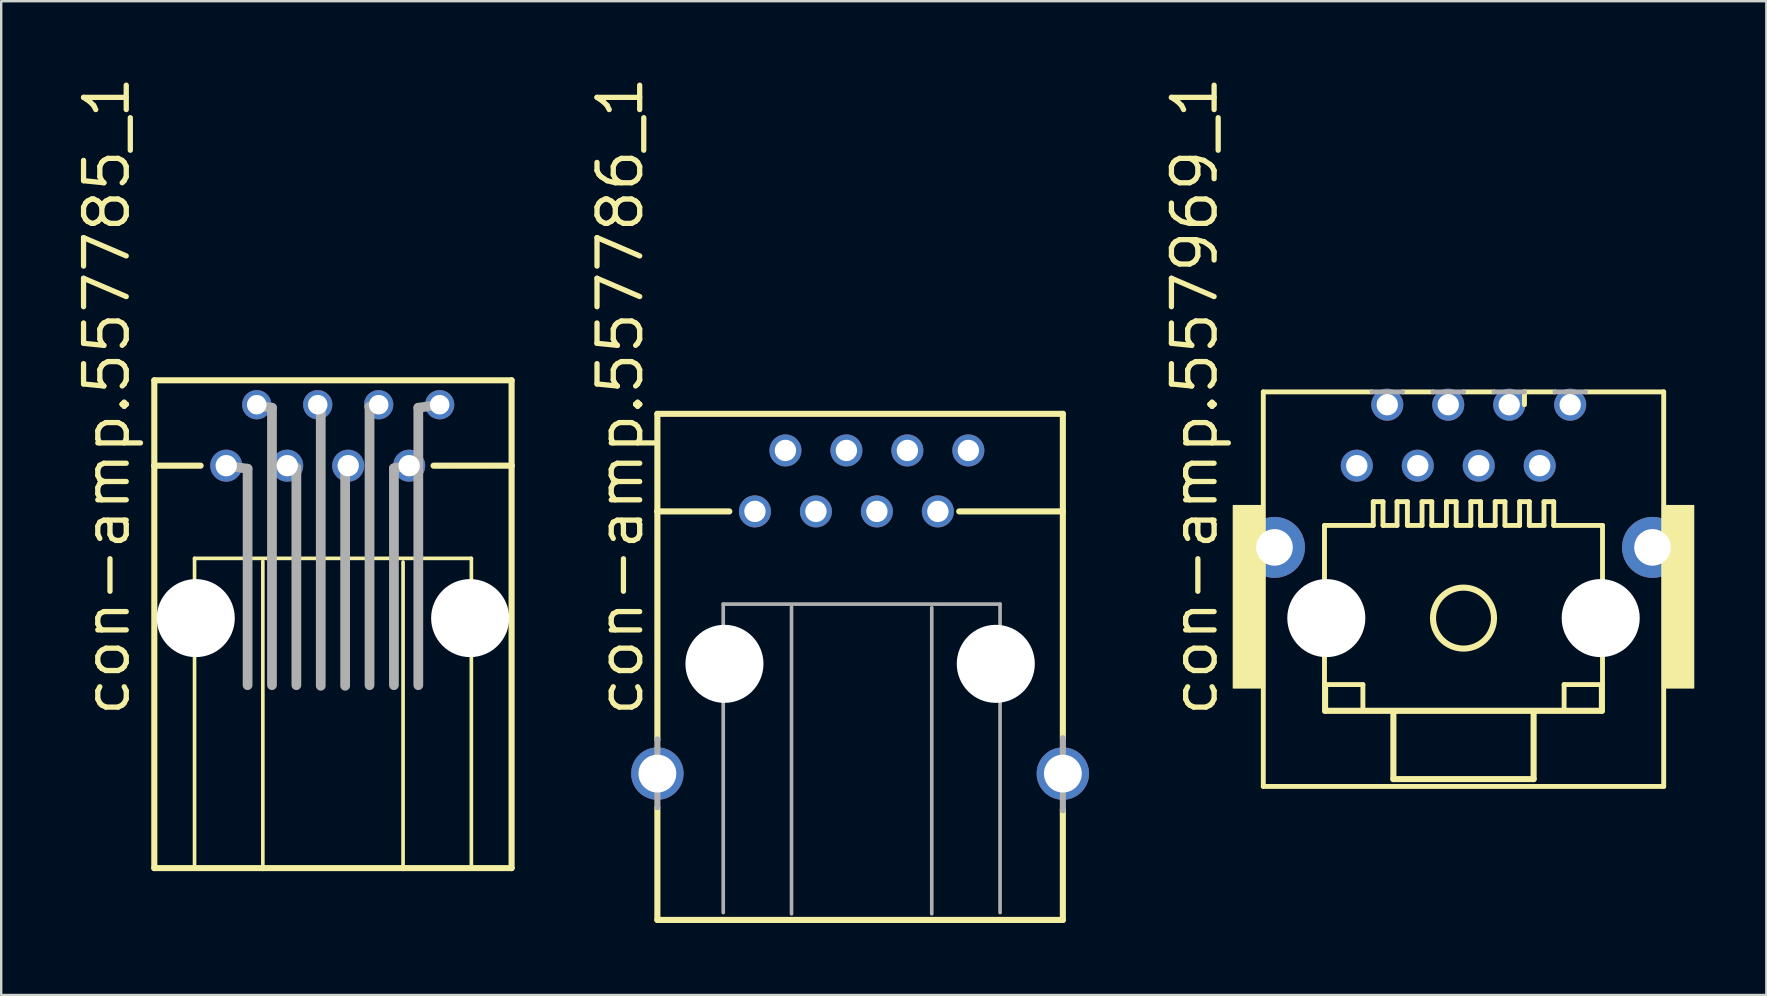
<source format=kicad_pcb>
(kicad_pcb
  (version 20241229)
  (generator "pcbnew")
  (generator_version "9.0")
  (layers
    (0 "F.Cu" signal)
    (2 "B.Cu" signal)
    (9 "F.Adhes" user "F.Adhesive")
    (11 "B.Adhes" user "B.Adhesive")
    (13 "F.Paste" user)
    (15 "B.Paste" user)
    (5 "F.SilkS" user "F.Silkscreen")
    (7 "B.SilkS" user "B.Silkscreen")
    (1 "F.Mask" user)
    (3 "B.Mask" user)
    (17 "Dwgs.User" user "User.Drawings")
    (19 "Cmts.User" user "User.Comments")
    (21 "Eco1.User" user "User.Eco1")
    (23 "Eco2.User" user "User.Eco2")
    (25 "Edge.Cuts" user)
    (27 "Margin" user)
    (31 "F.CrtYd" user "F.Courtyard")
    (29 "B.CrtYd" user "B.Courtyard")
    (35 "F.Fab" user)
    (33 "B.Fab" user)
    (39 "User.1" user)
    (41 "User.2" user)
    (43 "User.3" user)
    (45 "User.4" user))
  (footprint "con-amp.557969_1"
    (layer "F.Cu")
    (at 57.916 22.699)
    (property "Reference" "con-amp.557969_1" (at -10.16 4.191 90) (layer "F.SilkS") (effects (font (size 1.778 1.778) (thickness 0.22)) (justify left bottom)))
    (attr through_hole)
    (fp_line (start -8.34 -9.424) (end -8.34 7.011) (stroke (width 0.203) (type default)) (layer "F.SilkS"))
    (fp_line (start -8.34 7.011) (end 8.34 7.011) (stroke (width 0.203) (type default)) (layer "F.SilkS"))
    (fp_line (start -5.791 -3.861) (end -5.791 2.769) (stroke (width 0.203) (type default)) (layer "F.SilkS"))
    (fp_line (start -5.791 2.769) (end -4.191 2.769) (stroke (width 0.203) (type default)) (layer "F.SilkS"))
    (fp_line (start -5.766 3.861) (end -5.766 2.794) (stroke (width 0.254) (type default)) (layer "F.SilkS"))
    (fp_line (start -4.191 2.769) (end -4.191 3.861) (stroke (width 0.203) (type default)) (layer "F.SilkS"))
    (fp_line (start -3.81 -9.424) (end -8.34 -9.424) (stroke (width 0.203) (type default)) (layer "F.SilkS"))
    (fp_line (start -3.759 -4.851) (end -3.759 -3.861) (stroke (width 0.203) (type default)) (layer "F.SilkS"))
    (fp_line (start -3.759 -4.851) (end -3.353 -4.851) (stroke (width 0.203) (type default)) (layer "F.SilkS"))
    (fp_line (start -3.759 -3.861) (end -5.791 -3.861) (stroke (width 0.203) (type default)) (layer "F.SilkS"))
    (fp_line (start -3.353 -4.851) (end -3.353 -3.861) (stroke (width 0.203) (type default)) (layer "F.SilkS"))
    (fp_line (start -2.921 3.912) (end -2.921 6.706) (stroke (width 0.254) (type default)) (layer "F.SilkS"))
    (fp_line (start -2.921 6.706) (end 2.921 6.706) (stroke (width 0.254) (type default)) (layer "F.SilkS"))
    (fp_line (start -2.769 -4.851) (end -2.769 -3.861) (stroke (width 0.203) (type default)) (layer "F.SilkS"))
    (fp_line (start -2.769 -4.851) (end -2.337 -4.851) (stroke (width 0.203) (type default)) (layer "F.SilkS"))
    (fp_line (start -2.769 -3.861) (end -3.353 -3.861) (stroke (width 0.203) (type default)) (layer "F.SilkS"))
    (fp_line (start -2.337 -4.851) (end -2.337 -3.861) (stroke (width 0.203) (type default)) (layer "F.SilkS"))
    (fp_line (start -1.727 -4.851) (end -1.727 -3.861) (stroke (width 0.203) (type default)) (layer "F.SilkS"))
    (fp_line (start -1.727 -4.851) (end -1.321 -4.851) (stroke (width 0.203) (type default)) (layer "F.SilkS"))
    (fp_line (start -1.727 -3.861) (end -2.337 -3.861) (stroke (width 0.203) (type default)) (layer "F.SilkS"))
    (fp_line (start -1.321 -4.851) (end -1.321 -3.861) (stroke (width 0.203) (type default)) (layer "F.SilkS"))
    (fp_line (start -1.27 -9.424) (end -2.54 -9.424) (stroke (width 0.203) (type default)) (layer "F.SilkS"))
    (fp_line (start -0.711 -4.851) (end -0.711 -3.861) (stroke (width 0.203) (type default)) (layer "F.SilkS"))
    (fp_line (start -0.711 -4.851) (end -0.305 -4.851) (stroke (width 0.203) (type default)) (layer "F.SilkS"))
    (fp_line (start -0.711 -3.861) (end -1.321 -3.861) (stroke (width 0.203) (type default)) (layer "F.SilkS"))
    (fp_line (start -0.305 -4.851) (end -0.305 -3.861) (stroke (width 0.203) (type default)) (layer "F.SilkS"))
    (fp_line (start 0.305 -4.851) (end 0.305 -3.861) (stroke (width 0.203) (type default)) (layer "F.SilkS"))
    (fp_line (start 0.305 -4.851) (end 0.711 -4.851) (stroke (width 0.203) (type default)) (layer "F.SilkS"))
    (fp_line (start 0.305 -3.861) (end -0.305 -3.861) (stroke (width 0.203) (type default)) (layer "F.SilkS"))
    (fp_line (start 0.711 -4.851) (end 0.711 -3.861) (stroke (width 0.203) (type default)) (layer "F.SilkS"))
    (fp_line (start 1.27 -9.424) (end 0 -9.424) (stroke (width 0.203) (type default)) (layer "F.SilkS"))
    (fp_line (start 1.321 -4.851) (end 1.321 -3.861) (stroke (width 0.203) (type default)) (layer "F.SilkS"))
    (fp_line (start 1.321 -4.851) (end 1.727 -4.851) (stroke (width 0.203) (type default)) (layer "F.SilkS"))
    (fp_line (start 1.321 -3.861) (end 0.711 -3.861) (stroke (width 0.203) (type default)) (layer "F.SilkS"))
    (fp_line (start 1.727 -4.851) (end 1.727 -3.861) (stroke (width 0.203) (type default)) (layer "F.SilkS"))
    (fp_line (start 2.337 -4.851) (end 2.337 -3.861) (stroke (width 0.203) (type default)) (layer "F.SilkS"))
    (fp_line (start 2.337 -4.851) (end 2.743 -4.851) (stroke (width 0.203) (type default)) (layer "F.SilkS"))
    (fp_line (start 2.337 -3.861) (end 1.727 -3.861) (stroke (width 0.203) (type default)) (layer "F.SilkS"))
    (fp_line (start 2.54 -9.424) (end 2.54 -8.89) (stroke (width 0.203) (type default)) (layer "F.SilkS"))
    (fp_line (start 2.743 -4.851) (end 2.743 -3.861) (stroke (width 0.203) (type default)) (layer "F.SilkS"))
    (fp_line (start 2.921 6.706) (end 2.921 3.912) (stroke (width 0.254) (type default)) (layer "F.SilkS"))
    (fp_line (start 3.353 -4.851) (end 3.353 -3.861) (stroke (width 0.203) (type default)) (layer "F.SilkS"))
    (fp_line (start 3.353 -4.851) (end 3.759 -4.851) (stroke (width 0.203) (type default)) (layer "F.SilkS"))
    (fp_line (start 3.353 -3.861) (end 2.743 -3.861) (stroke (width 0.203) (type default)) (layer "F.SilkS"))
    (fp_line (start 3.759 -4.851) (end 3.759 -3.861) (stroke (width 0.203) (type default)) (layer "F.SilkS"))
    (fp_line (start 3.81 -9.424) (end 2.54 -9.424) (stroke (width 0.203) (type default)) (layer "F.SilkS"))
    (fp_line (start 4.191 2.769) (end 4.191 3.861) (stroke (width 0.203) (type default)) (layer "F.SilkS"))
    (fp_line (start 5.766 2.819) (end 5.766 3.861) (stroke (width 0.254) (type default)) (layer "F.SilkS"))
    (fp_line (start 5.766 3.861) (end -5.766 3.861) (stroke (width 0.254) (type default)) (layer "F.SilkS"))
    (fp_line (start 5.791 -3.861) (end 3.759 -3.861) (stroke (width 0.203) (type default)) (layer "F.SilkS"))
    (fp_line (start 5.791 -3.861) (end 5.791 2.769) (stroke (width 0.203) (type default)) (layer "F.SilkS"))
    (fp_line (start 5.791 2.769) (end 4.191 2.769) (stroke (width 0.203) (type default)) (layer "F.SilkS"))
    (fp_line (start 8.34 -9.424) (end 5.08 -9.424) (stroke (width 0.203) (type default)) (layer "F.SilkS"))
    (fp_line (start 8.34 7.011) (end 8.34 -9.424) (stroke (width 0.203) (type default)) (layer "F.SilkS"))
    (fp_rect (start -9.59 2.911) (end -8.29 -4.689) (stroke (width 0.05) (type default)) (fill yes) (layer "F.SilkS"))
    (fp_rect (start 8.29 2.911) (end 9.59 -4.689) (stroke (width 0.05) (type default)) (fill yes) (layer "F.SilkS"))
    (fp_circle (center 0 0) (end 1.27 0) (stroke (width 0.254) (type default)) (fill no) (layer "F.SilkS"))
    (fp_line (start -2.54 -9.424) (end -3.81 -9.424) (stroke (width 0.203) (type default)) (layer "F.Fab"))
    (fp_line (start 0 -9.424) (end -1.27 -9.424) (stroke (width 0.203) (type default)) (layer "F.Fab"))
    (fp_line (start 2.54 -9.424) (end 1.27 -9.424) (stroke (width 0.203) (type default)) (layer "F.Fab"))
    (fp_line (start 5.08 -9.424) (end 3.81 -9.424) (stroke (width 0.203) (type default)) (layer "F.Fab"))
    (pad "" np_thru_hole circle (at -5.715 0) (size 3.251 3.251) (drill 3.251) (layers "*.Cu" "*.Mask"))
    (pad "" np_thru_hole circle (at 5.715 0) (size 3.251 3.251) (drill 3.251) (layers "*.Cu" "*.Mask"))
    (pad "1" thru_hole circle (at -4.445 -6.35) (size 1.333 1.333) (drill 0.889) (layers "*.Cu" "*.Mask"))
    (pad "2" thru_hole circle (at -3.175 -8.89) (size 1.333 1.333) (drill 0.889) (layers "*.Cu" "*.Mask"))
    (pad "3" thru_hole circle (at -1.905 -6.35) (size 1.333 1.333) (drill 0.889) (layers "*.Cu" "*.Mask"))
    (pad "4" thru_hole circle (at -0.635 -8.89) (size 1.333 1.333) (drill 0.889) (layers "*.Cu" "*.Mask"))
    (pad "5" thru_hole circle (at 0.635 -6.35) (size 1.333 1.333) (drill 0.889) (layers "*.Cu" "*.Mask"))
    (pad "6" thru_hole circle (at 1.905 -8.89) (size 1.333 1.333) (drill 0.889) (layers "*.Cu" "*.Mask"))
    (pad "7" thru_hole circle (at 3.175 -6.35) (size 1.333 1.333) (drill 0.889) (layers "*.Cu" "*.Mask"))
    (pad "8" thru_hole circle (at 4.445 -8.89) (size 1.333 1.333) (drill 0.889) (layers "*.Cu" "*.Mask"))
    (pad "G1" thru_hole circle (at -7.874 -2.946) (size 2.54 2.54) (drill 1.524) (layers "*.Cu" "*.Mask"))
    (pad "G2" thru_hole circle (at 7.874 -2.946) (size 2.54 2.54) (drill 1.524) (layers "*.Cu" "*.Mask")))
  (footprint "con-amp.557786_1"
    (layer "F.Cu")
    (at 32.844 24.604)
    (property "Reference" "con-amp.557786_1" (at -9.017 2.286 90) (layer "F.SilkS") (effects (font (size 1.778 1.778) (thickness 0.22)) (justify left bottom)))
    (attr through_hole)
    (fp_line (start -8.509 -10.414) (end -8.509 -6.35) (stroke (width 0.254) (type default)) (layer "F.SilkS"))
    (fp_line (start -8.509 -6.35) (end -8.509 3.15) (stroke (width 0.254) (type default)) (layer "F.SilkS"))
    (fp_line (start -8.509 5.994) (end -8.509 10.668) (stroke (width 0.254) (type default)) (layer "F.SilkS"))
    (fp_line (start -8.509 10.668) (end 8.382 10.668) (stroke (width 0.254) (type default)) (layer "F.SilkS"))
    (fp_line (start -5.512 -6.35) (end -8.509 -6.35) (stroke (width 0.254) (type default)) (layer "F.SilkS"))
    (fp_line (start 4.064 -6.35) (end 8.382 -6.35) (stroke (width 0.254) (type default)) (layer "F.SilkS"))
    (fp_line (start 8.382 -10.414) (end -8.509 -10.414) (stroke (width 0.254) (type default)) (layer "F.SilkS"))
    (fp_line (start 8.382 -6.35) (end 8.382 -10.414) (stroke (width 0.254) (type default)) (layer "F.SilkS"))
    (fp_line (start 8.382 3.099) (end 8.382 -6.35) (stroke (width 0.254) (type default)) (layer "F.SilkS"))
    (fp_line (start 8.382 10.668) (end 8.382 6.071) (stroke (width 0.254) (type default)) (layer "F.SilkS"))
    (fp_line (start -8.509 3.15) (end -8.509 5.969) (stroke (width 0.254) (type default)) (layer "F.Fab"))
    (fp_line (start -5.766 -2.489) (end -5.766 10.363) (stroke (width 0.152) (type default)) (layer "F.Fab"))
    (fp_line (start -2.921 10.414) (end -2.921 -2.362) (stroke (width 0.152) (type default)) (layer "F.Fab"))
    (fp_line (start 2.921 -2.337) (end 2.921 10.414) (stroke (width 0.152) (type default)) (layer "F.Fab"))
    (fp_line (start 5.766 -2.489) (end -5.766 -2.489) (stroke (width 0.152) (type default)) (layer "F.Fab"))
    (fp_line (start 5.766 10.363) (end 5.766 -2.489) (stroke (width 0.152) (type default)) (layer "F.Fab"))
    (fp_line (start 8.382 6.096) (end 8.382 3.099) (stroke (width 0.254) (type default)) (layer "F.Fab"))
    (pad "" np_thru_hole circle (at -5.715 0) (size 3.251 3.251) (drill 3.251) (layers "*.Cu" "*.Mask"))
    (pad "" np_thru_hole circle (at 5.588 0) (size 3.251 3.251) (drill 3.251) (layers "*.Cu" "*.Mask"))
    (pad "1-1" thru_hole circle (at -4.445 -6.35) (size 1.333 1.333) (drill 0.889) (layers "*.Cu" "*.Mask"))
    (pad "1-2" thru_hole circle (at -3.175 -8.89) (size 1.333 1.333) (drill 0.889) (layers "*.Cu" "*.Mask"))
    (pad "1-3" thru_hole circle (at -1.905 -6.35) (size 1.333 1.333) (drill 0.889) (layers "*.Cu" "*.Mask"))
    (pad "1-4" thru_hole circle (at -0.635 -8.89) (size 1.333 1.333) (drill 0.889) (layers "*.Cu" "*.Mask"))
    (pad "1-5" thru_hole circle (at 0.635 -6.35) (size 1.333 1.333) (drill 0.889) (layers "*.Cu" "*.Mask"))
    (pad "1-6" thru_hole circle (at 1.905 -8.89) (size 1.333 1.333) (drill 0.889) (layers "*.Cu" "*.Mask"))
    (pad "1-7" thru_hole circle (at 3.175 -6.35) (size 1.333 1.333) (drill 0.889) (layers "*.Cu" "*.Mask"))
    (pad "1-8" thru_hole circle (at 4.445 -8.89) (size 1.333 1.333) (drill 0.889) (layers "*.Cu" "*.Mask"))
    (pad "G1" thru_hole circle (at -8.509 4.572) (size 2.184 2.184) (drill 1.575) (layers "*.Cu" "*.Mask"))
    (pad "G2" thru_hole circle (at 8.382 4.572) (size 2.184 2.184) (drill 1.575) (layers "*.Cu" "*.Mask")))
  (footprint "con-amp.557785_1"
    (layer "F.Cu")
    (at 10.82 22.699)
    (property "Reference" "con-amp.557785_1" (at -8.382 4.191 90) (layer "F.SilkS") (effects (font (size 1.778 1.778) (thickness 0.22)) (justify left bottom)))
    (attr through_hole)
    (fp_line (start -7.442 -9.906) (end -7.442 -6.35) (stroke (width 0.254) (type default)) (layer "F.SilkS"))
    (fp_line (start -7.442 -6.35) (end -7.442 10.414) (stroke (width 0.254) (type default)) (layer "F.SilkS"))
    (fp_line (start -7.442 10.414) (end -2.921 10.414) (stroke (width 0.254) (type default)) (layer "F.SilkS"))
    (fp_line (start -5.766 -2.489) (end -5.766 10.363) (stroke (width 0.152) (type default)) (layer "F.SilkS"))
    (fp_line (start -5.512 -6.35) (end -7.442 -6.35) (stroke (width 0.254) (type default)) (layer "F.SilkS"))
    (fp_line (start -2.921 10.414) (end -2.921 -2.362) (stroke (width 0.152) (type default)) (layer "F.SilkS"))
    (fp_line (start -2.921 10.414) (end 2.921 10.414) (stroke (width 0.254) (type default)) (layer "F.SilkS"))
    (fp_line (start 2.921 -2.337) (end 2.921 10.414) (stroke (width 0.152) (type default)) (layer "F.SilkS"))
    (fp_line (start 2.921 10.414) (end 7.442 10.414) (stroke (width 0.254) (type default)) (layer "F.SilkS"))
    (fp_line (start 4.191 -6.35) (end 7.442 -6.35) (stroke (width 0.254) (type default)) (layer "F.SilkS"))
    (fp_line (start 5.766 -2.489) (end -5.766 -2.489) (stroke (width 0.152) (type default)) (layer "F.SilkS"))
    (fp_line (start 5.766 10.363) (end 5.766 -2.489) (stroke (width 0.152) (type default)) (layer "F.SilkS"))
    (fp_line (start 7.442 -9.906) (end -7.442 -9.906) (stroke (width 0.254) (type default)) (layer "F.SilkS"))
    (fp_line (start 7.442 -6.35) (end 7.442 -9.906) (stroke (width 0.254) (type default)) (layer "F.SilkS"))
    (fp_line (start 7.442 10.414) (end 7.442 -6.35) (stroke (width 0.254) (type default)) (layer "F.SilkS"))
    (fp_line (start -4.445 -6.35) (end -3.556 -6.223) (stroke (width 0.406) (type default)) (layer "F.Fab"))
    (fp_line (start -3.556 -6.223) (end -3.556 2.794) (stroke (width 0.406) (type default)) (layer "F.Fab"))
    (fp_line (start -3.175 -8.865) (end -2.54 -8.763) (stroke (width 0.406) (type default)) (layer "F.Fab"))
    (fp_line (start -2.54 -8.763) (end -2.54 2.794) (stroke (width 0.406) (type default)) (layer "F.Fab"))
    (fp_line (start -1.905 -6.35) (end -1.524 -6.274) (stroke (width 0.406) (type default)) (layer "F.Fab"))
    (fp_line (start -1.524 -6.223) (end -1.524 2.794) (stroke (width 0.406) (type default)) (layer "F.Fab"))
    (fp_line (start -0.635 -8.89) (end -0.508 -8.865) (stroke (width 0.406) (type default)) (layer "F.Fab"))
    (fp_line (start -0.508 -8.763) (end -0.508 2.819) (stroke (width 0.406) (type default)) (layer "F.Fab"))
    (fp_line (start 0.508 -6.223) (end 0.508 2.819) (stroke (width 0.406) (type default)) (layer "F.Fab"))
    (fp_line (start 0.635 -6.35) (end 0.508 -6.299) (stroke (width 0.406) (type default)) (layer "F.Fab"))
    (fp_line (start 1.524 -8.763) (end 1.524 2.794) (stroke (width 0.406) (type default)) (layer "F.Fab"))
    (fp_line (start 1.905 -8.89) (end 1.524 -8.814) (stroke (width 0.406) (type default)) (layer "F.Fab"))
    (fp_line (start 2.54 -6.223) (end 2.54 2.794) (stroke (width 0.406) (type default)) (layer "F.Fab"))
    (fp_line (start 3.175 -6.35) (end 2.54 -6.248) (stroke (width 0.406) (type default)) (layer "F.Fab"))
    (fp_line (start 3.556 -8.763) (end 3.556 2.794) (stroke (width 0.406) (type default)) (layer "F.Fab"))
    (fp_line (start 4.445 -8.89) (end 3.556 -8.763) (stroke (width 0.406) (type default)) (layer "F.Fab"))
    (pad "" np_thru_hole circle (at -5.715 0) (size 3.251 3.251) (drill 3.251) (layers "*.Cu" "*.Mask"))
    (pad "" np_thru_hole circle (at 5.715 0) (size 3.251 3.251) (drill 3.251) (layers "*.Cu" "*.Mask"))
    (pad "1" thru_hole circle (at -4.445 -6.35) (size 1.333 1.333) (drill 0.889) (layers "*.Cu" "*.Mask"))
    (pad "2" thru_hole circle (at -3.175 -8.89) (size 1.219 1.219) (drill 0.813) (layers "*.Cu" "*.Mask"))
    (pad "3" thru_hole circle (at -1.905 -6.35) (size 1.333 1.333) (drill 0.889) (layers "*.Cu" "*.Mask"))
    (pad "4" thru_hole circle (at -0.635 -8.89) (size 1.219 1.219) (drill 0.813) (layers "*.Cu" "*.Mask"))
    (pad "5" thru_hole circle (at 0.635 -6.35) (size 1.333 1.333) (drill 0.889) (layers "*.Cu" "*.Mask"))
    (pad "6" thru_hole circle (at 1.905 -8.89) (size 1.219 1.219) (drill 0.813) (layers "*.Cu" "*.Mask"))
    (pad "7" thru_hole circle (at 3.175 -6.35) (size 1.333 1.333) (drill 0.889) (layers "*.Cu" "*.Mask"))
    (pad "8" thru_hole circle (at 4.445 -8.89) (size 1.219 1.219) (drill 0.813) (layers "*.Cu" "*.Mask")))
  (gr_rect
    (start -3 -3)
    (end 70.531 38.399)
    (stroke (width 0.1) (type default))
    (fill no)
    (layer "Edge.Cuts")))
</source>
